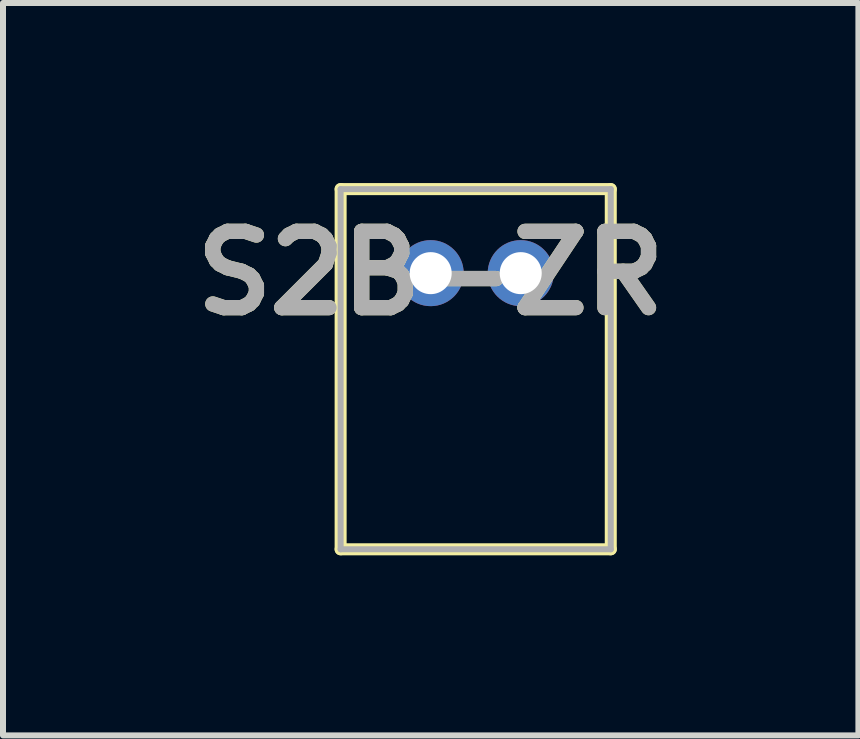
<source format=kicad_pcb>
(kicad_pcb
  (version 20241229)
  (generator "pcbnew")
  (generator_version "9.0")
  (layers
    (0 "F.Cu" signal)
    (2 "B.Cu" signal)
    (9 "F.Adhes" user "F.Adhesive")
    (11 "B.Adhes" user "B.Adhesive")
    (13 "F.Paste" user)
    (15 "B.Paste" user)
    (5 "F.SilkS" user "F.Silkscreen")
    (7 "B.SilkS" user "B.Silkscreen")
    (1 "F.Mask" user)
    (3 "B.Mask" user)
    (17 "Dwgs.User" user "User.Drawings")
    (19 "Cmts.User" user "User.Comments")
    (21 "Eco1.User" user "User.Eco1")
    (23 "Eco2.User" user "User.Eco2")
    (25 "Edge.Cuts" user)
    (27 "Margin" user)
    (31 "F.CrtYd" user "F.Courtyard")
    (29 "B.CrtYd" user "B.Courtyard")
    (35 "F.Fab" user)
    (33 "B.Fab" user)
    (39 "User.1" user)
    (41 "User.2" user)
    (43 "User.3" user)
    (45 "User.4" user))
  (footprint "S2B-ZR"
    (layer "F.Cu")
    (at 4.124 1.5)
    (property "Reference" "S2B-ZR" (at 0 0 0) (layer "F.SilkS") (effects (font (size 1.27 1.27) (thickness 0.254))))
    (attr through_hole)
    (fp_line (start -1.5 -1.4) (end 3 -1.4) (stroke (width 0.2) (type solid)) (layer "F.SilkS"))
    (fp_line (start -1.5 4.6) (end -1.5 -1.4) (stroke (width 0.2) (type solid)) (layer "F.SilkS"))
    (fp_line (start 3 -1.4) (end 3 4.6) (stroke (width 0.2) (type solid)) (layer "F.SilkS"))
    (fp_line (start 3 4.6) (end -1.5 4.6) (stroke (width 0.2) (type solid)) (layer "F.SilkS"))
    (fp_line (start -1.5 -1.4) (end -1.5 4.6) (stroke (width 0.1) (type solid)) (layer "F.Fab"))
    (fp_line (start -1.5 4.6) (end 3 4.6) (stroke (width 0.1) (type solid)) (layer "F.Fab"))
    (fp_line (start 3 -1.4) (end -1.5 -1.4) (stroke (width 0.1) (type solid)) (layer "F.Fab"))
    (fp_line (start 3 4.6) (end 3 -1.4) (stroke (width 0.1) (type solid)) (layer "F.Fab"))
    (fp_text user "${REFERENCE}" (at 0 0 0) (layer "F.Fab") (effects (font (size 1.27 1.27) (thickness 0.254))))
    (pad "1" thru_hole circle (at 0 0) (size 1.1 1.1) (drill 0.7) (layers "*.Cu" "*.Mask"))
    (pad "2" thru_hole circle (at 1.5 0) (size 1.1 1.1) (drill 0.7) (layers "*.Cu" "*.Mask")))
  (gr_rect
    (start -3 -3)
    (end 11.249 9.2)
    (stroke (width 0.1) (type default))
    (fill no)
    (layer "Edge.Cuts")))
</source>
